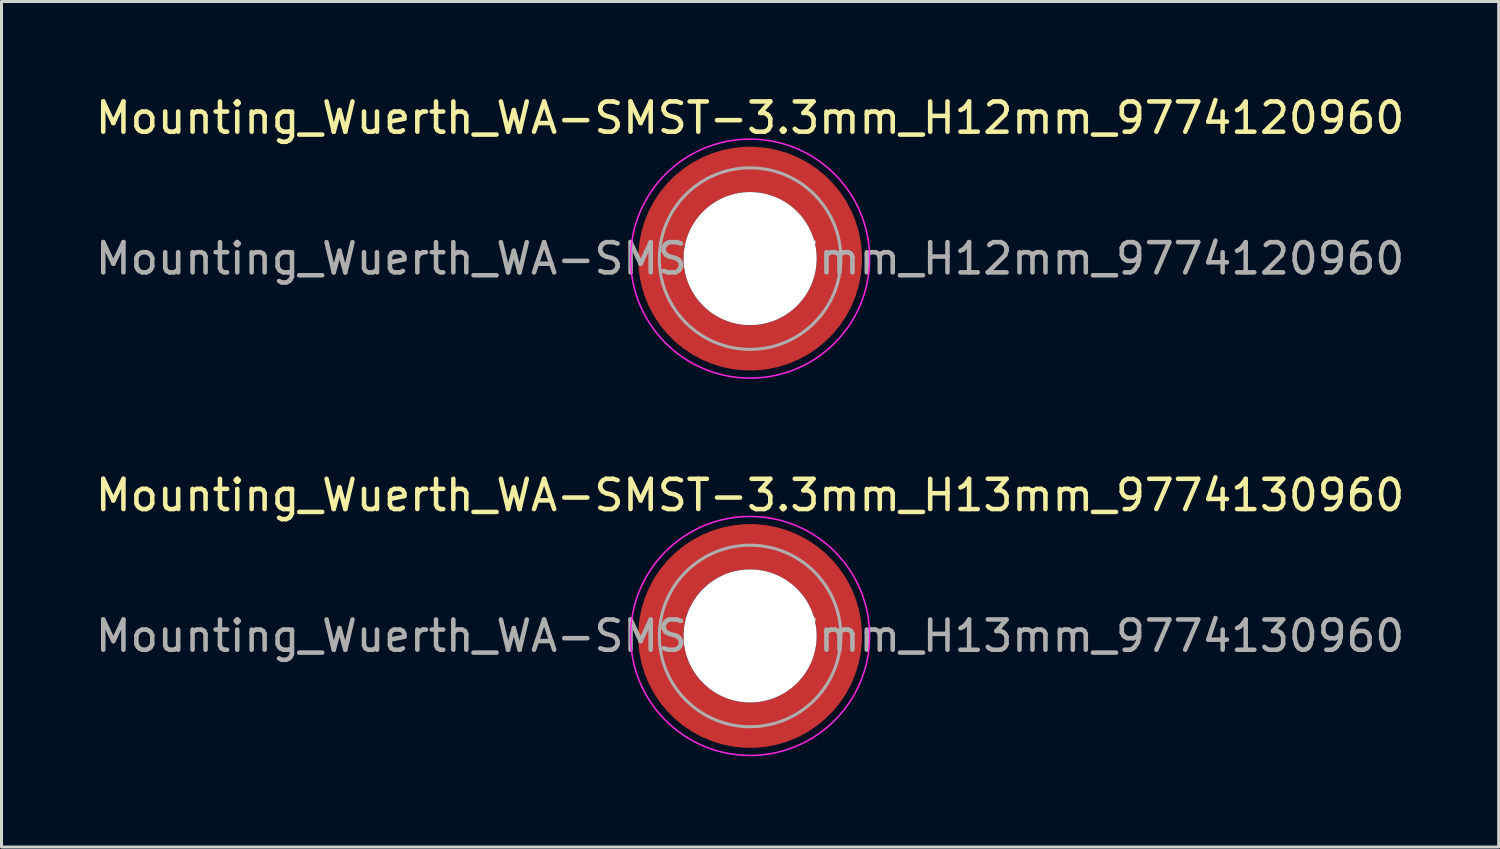
<source format=kicad_pcb>
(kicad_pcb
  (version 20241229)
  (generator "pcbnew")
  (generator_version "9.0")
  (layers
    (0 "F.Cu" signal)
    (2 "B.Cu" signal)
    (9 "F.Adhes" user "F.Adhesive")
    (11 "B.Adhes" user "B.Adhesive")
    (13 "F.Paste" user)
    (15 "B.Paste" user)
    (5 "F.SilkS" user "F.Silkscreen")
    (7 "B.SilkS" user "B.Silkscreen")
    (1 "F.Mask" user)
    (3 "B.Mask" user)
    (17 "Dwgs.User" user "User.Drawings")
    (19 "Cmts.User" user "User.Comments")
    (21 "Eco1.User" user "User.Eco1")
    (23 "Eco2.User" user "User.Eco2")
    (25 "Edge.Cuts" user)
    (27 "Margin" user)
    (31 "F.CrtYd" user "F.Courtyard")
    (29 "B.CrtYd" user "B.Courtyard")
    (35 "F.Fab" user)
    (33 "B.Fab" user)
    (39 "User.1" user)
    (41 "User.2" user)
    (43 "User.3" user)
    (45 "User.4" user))
  (footprint "Mounting_Wuerth_WA-SMST-3.3mm_H12mm_9774120960"
    (layer "F.Cu")
    (at 21.744 5.498)
    (property "Reference" "Mounting_Wuerth_WA-SMST-3.3mm_H12mm_9774120960" (at 0 -4.65 0) (layer "F.SilkS") (effects (font (size 1 1) (thickness 0.15))))
    (attr smd allow_soldermask_bridges)
    (fp_circle (center 0 0) (end 3.95 0) (stroke (width 0.05) (type solid)) (fill no) (layer "F.CrtYd"))
    (fp_circle (center 0 0) (end 3 0) (stroke (width 0.1) (type solid)) (fill no) (layer "F.Fab"))
    (fp_text user "${REFERENCE}" (at 0 0 0) (layer "F.Fab") (effects (font (size 1 1) (thickness 0.15))))
    (pad "" smd custom (at -2.058 -2.058) (size 0.55 0.55) (layers "F.Paste") (options (anchor circle)) (primitives (gr_arc (start -0.377294 1.707681) (mid 0.318198 0.318198) (end 1.707681 -0.377294) (width 0.2)) (gr_arc (start -0.478281 1.707681) (mid 0.247487 0.247487) (end 1.707681 -0.478281) (width 0.2)) (gr_arc (start -0.579192 1.707681) (mid 0.176777 0.176777) (end 1.707681 -0.579192) (width 0.2)) (gr_arc (start -0.680037 1.707681) (mid 0.106066 0.106066) (end 1.707681 -0.680037) (width 0.2)) (gr_arc (start -0.780822 1.707681) (mid 0.035355 0.035355) (end 1.707681 -0.780822) (width 0.2)) (gr_arc (start -0.881554 1.707681) (mid -0.035355 -0.035355) (end 1.707681 -0.881554) (width 0.2)) (gr_arc (start -0.982237 1.707681) (mid -0.106066 -0.106066) (end 1.707681 -0.982237) (width 0.2)) (gr_arc (start -1.082877 1.707681) (mid -0.176777 -0.176777) (end 1.707681 -1.082877) (width 0.2)) (gr_arc (start -1.183476 1.707681) (mid -0.247487 -0.247487) (end 1.707681 -1.183476) (width 0.2)) (gr_arc (start -1.28404 1.707681) (mid -0.318198 -0.318198) (end 1.707681 -1.28404) (width 0.2)) (gr_line (start 1.708 -0.377) (end 1.708 -1.284) (width 0.2)) (gr_line (start -0.377 1.708) (end -1.284 1.708) (width 0.2))))
    (pad "" smd custom (at -2.058 2.058) (size 0.55 0.55) (layers "F.Paste") (options (anchor circle)) (primitives (gr_arc (start 1.707681 0.377294) (mid 0.318198 -0.318198) (end -0.377294 -1.707681) (width 0.2)) (gr_arc (start 1.707681 0.478281) (mid 0.247487 -0.247487) (end -0.478281 -1.707681) (width 0.2)) (gr_arc (start 1.707681 0.579192) (mid 0.176777 -0.176777) (end -0.579192 -1.707681) (width 0.2)) (gr_arc (start 1.707681 0.680037) (mid 0.106066 -0.106066) (end -0.680037 -1.707681) (width 0.2)) (gr_arc (start 1.707681 0.780822) (mid 0.035355 -0.035355) (end -0.780822 -1.707681) (width 0.2)) (gr_arc (start 1.707681 0.881554) (mid -0.035355 0.035355) (end -0.881554 -1.707681) (width 0.2)) (gr_arc (start 1.707681 0.982237) (mid -0.106066 0.106066) (end -0.982237 -1.707681) (width 0.2)) (gr_arc (start 1.707681 1.082877) (mid -0.176777 0.176777) (end -1.082877 -1.707681) (width 0.2)) (gr_arc (start 1.707681 1.183476) (mid -0.247487 0.247487) (end -1.183476 -1.707681) (width 0.2)) (gr_arc (start 1.707681 1.28404) (mid -0.318198 0.318198) (end -1.28404 -1.707681) (width 0.2)) (gr_line (start -0.377 -1.708) (end -1.284 -1.708) (width 0.2)) (gr_line (start 1.708 0.377) (end 1.708 1.284) (width 0.2))))
    (pad "" np_thru_hole circle (at 0 0) (size 4.4 4.4) (drill 4.4) (layers "*.Cu" "*.Mask"))
    (pad "" smd custom (at 2.058 -2.058) (size 0.55 0.55) (layers "F.Paste") (options (anchor circle)) (primitives (gr_arc (start -1.707681 -0.377294) (mid -0.318198 0.318198) (end 0.377294 1.707681) (width 0.2)) (gr_arc (start -1.707681 -0.478281) (mid -0.247487 0.247487) (end 0.478281 1.707681) (width 0.2)) (gr_arc (start -1.707681 -0.579192) (mid -0.176777 0.176777) (end 0.579192 1.707681) (width 0.2)) (gr_arc (start -1.707681 -0.680037) (mid -0.106066 0.106066) (end 0.680037 1.707681) (width 0.2)) (gr_arc (start -1.707681 -0.780822) (mid -0.035355 0.035355) (end 0.780822 1.707681) (width 0.2)) (gr_arc (start -1.707681 -0.881554) (mid 0.035355 -0.035355) (end 0.881554 1.707681) (width 0.2)) (gr_arc (start -1.707681 -0.982237) (mid 0.106066 -0.106066) (end 0.982237 1.707681) (width 0.2)) (gr_arc (start -1.707681 -1.082877) (mid 0.176777 -0.176777) (end 1.082877 1.707681) (width 0.2)) (gr_arc (start -1.707681 -1.183476) (mid 0.247487 -0.247487) (end 1.183476 1.707681) (width 0.2)) (gr_arc (start -1.707681 -1.28404) (mid 0.318198 -0.318198) (end 1.28404 1.707681) (width 0.2)) (gr_line (start 0.377 1.708) (end 1.284 1.708) (width 0.2)) (gr_line (start -1.708 -0.377) (end -1.708 -1.284) (width 0.2))))
    (pad "" smd custom (at 2.058 2.058) (size 0.55 0.55) (layers "F.Paste") (options (anchor circle)) (primitives (gr_arc (start 0.377294 -1.707681) (mid -0.318198 -0.318198) (end -1.707681 0.377294) (width 0.2)) (gr_arc (start 0.478281 -1.707681) (mid -0.247487 -0.247487) (end -1.707681 0.478281) (width 0.2)) (gr_arc (start 0.579192 -1.707681) (mid -0.176777 -0.176777) (end -1.707681 0.579192) (width 0.2)) (gr_arc (start 0.680037 -1.707681) (mid -0.106066 -0.106066) (end -1.707681 0.680037) (width 0.2)) (gr_arc (start 0.780822 -1.707681) (mid -0.035355 -0.035355) (end -1.707681 0.780822) (width 0.2)) (gr_arc (start 0.881554 -1.707681) (mid 0.035355 0.035355) (end -1.707681 0.881554) (width 0.2)) (gr_arc (start 0.982237 -1.707681) (mid 0.106066 0.106066) (end -1.707681 0.982237) (width 0.2)) (gr_arc (start 1.082877 -1.707681) (mid 0.176777 0.176777) (end -1.707681 1.082877) (width 0.2)) (gr_arc (start 1.183476 -1.707681) (mid 0.247487 0.247487) (end -1.707681 1.183476) (width 0.2)) (gr_arc (start 1.28404 -1.707681) (mid 0.318198 0.318198) (end -1.707681 1.28404) (width 0.2)) (gr_line (start -1.708 0.377) (end -1.708 1.284) (width 0.2)) (gr_line (start 0.377 -1.708) (end 1.284 -1.708) (width 0.2))))
    (pad "1" smd circle (at -2.95 0) (size 0.992 0.992) (layers "F.Cu"))
    (pad "1" smd circle (at 0 -2.95) (size 0.992 0.992) (layers "F.Cu"))
    (pad "1" smd circle (at 0 2.95) (size 0.992 0.992) (layers "F.Cu"))
    (pad "1" smd custom (at 2.95 0) (size 1.5 1.5) (layers "F.Cu" "F.Mask") (options (anchor circle)) (primitives (gr_circle (center -2.95 0) (end 0 0) (width 1.5) (fill no)))))
  (footprint "Mounting_Wuerth_WA-SMST-3.3mm_H13mm_9774130960"
    (layer "F.Cu")
    (at 21.744 17.971)
    (property "Reference" "Mounting_Wuerth_WA-SMST-3.3mm_H13mm_9774130960" (at 0 -4.65 0) (layer "F.SilkS") (effects (font (size 1 1) (thickness 0.15))))
    (attr smd allow_soldermask_bridges)
    (fp_circle (center 0 0) (end 3.95 0) (stroke (width 0.05) (type solid)) (fill no) (layer "F.CrtYd"))
    (fp_circle (center 0 0) (end 3 0) (stroke (width 0.1) (type solid)) (fill no) (layer "F.Fab"))
    (fp_text user "${REFERENCE}" (at 0 0 0) (layer "F.Fab") (effects (font (size 1 1) (thickness 0.15))))
    (pad "" smd custom (at -2.058 -2.058) (size 0.55 0.55) (layers "F.Paste") (options (anchor circle)) (primitives (gr_arc (start -0.377294 1.707681) (mid 0.318198 0.318198) (end 1.707681 -0.377294) (width 0.2)) (gr_arc (start -0.478281 1.707681) (mid 0.247487 0.247487) (end 1.707681 -0.478281) (width 0.2)) (gr_arc (start -0.579192 1.707681) (mid 0.176777 0.176777) (end 1.707681 -0.579192) (width 0.2)) (gr_arc (start -0.680037 1.707681) (mid 0.106066 0.106066) (end 1.707681 -0.680037) (width 0.2)) (gr_arc (start -0.780822 1.707681) (mid 0.035355 0.035355) (end 1.707681 -0.780822) (width 0.2)) (gr_arc (start -0.881554 1.707681) (mid -0.035355 -0.035355) (end 1.707681 -0.881554) (width 0.2)) (gr_arc (start -0.982237 1.707681) (mid -0.106066 -0.106066) (end 1.707681 -0.982237) (width 0.2)) (gr_arc (start -1.082877 1.707681) (mid -0.176777 -0.176777) (end 1.707681 -1.082877) (width 0.2)) (gr_arc (start -1.183476 1.707681) (mid -0.247487 -0.247487) (end 1.707681 -1.183476) (width 0.2)) (gr_arc (start -1.28404 1.707681) (mid -0.318198 -0.318198) (end 1.707681 -1.28404) (width 0.2)) (gr_line (start 1.708 -0.377) (end 1.708 -1.284) (width 0.2)) (gr_line (start -0.377 1.708) (end -1.284 1.708) (width 0.2))))
    (pad "" smd custom (at -2.058 2.058) (size 0.55 0.55) (layers "F.Paste") (options (anchor circle)) (primitives (gr_arc (start 1.707681 0.377294) (mid 0.318198 -0.318198) (end -0.377294 -1.707681) (width 0.2)) (gr_arc (start 1.707681 0.478281) (mid 0.247487 -0.247487) (end -0.478281 -1.707681) (width 0.2)) (gr_arc (start 1.707681 0.579192) (mid 0.176777 -0.176777) (end -0.579192 -1.707681) (width 0.2)) (gr_arc (start 1.707681 0.680037) (mid 0.106066 -0.106066) (end -0.680037 -1.707681) (width 0.2)) (gr_arc (start 1.707681 0.780822) (mid 0.035355 -0.035355) (end -0.780822 -1.707681) (width 0.2)) (gr_arc (start 1.707681 0.881554) (mid -0.035355 0.035355) (end -0.881554 -1.707681) (width 0.2)) (gr_arc (start 1.707681 0.982237) (mid -0.106066 0.106066) (end -0.982237 -1.707681) (width 0.2)) (gr_arc (start 1.707681 1.082877) (mid -0.176777 0.176777) (end -1.082877 -1.707681) (width 0.2)) (gr_arc (start 1.707681 1.183476) (mid -0.247487 0.247487) (end -1.183476 -1.707681) (width 0.2)) (gr_arc (start 1.707681 1.28404) (mid -0.318198 0.318198) (end -1.28404 -1.707681) (width 0.2)) (gr_line (start -0.377 -1.708) (end -1.284 -1.708) (width 0.2)) (gr_line (start 1.708 0.377) (end 1.708 1.284) (width 0.2))))
    (pad "" np_thru_hole circle (at 0 0) (size 4.4 4.4) (drill 4.4) (layers "*.Cu" "*.Mask"))
    (pad "" smd custom (at 2.058 -2.058) (size 0.55 0.55) (layers "F.Paste") (options (anchor circle)) (primitives (gr_arc (start -1.707681 -0.377294) (mid -0.318198 0.318198) (end 0.377294 1.707681) (width 0.2)) (gr_arc (start -1.707681 -0.478281) (mid -0.247487 0.247487) (end 0.478281 1.707681) (width 0.2)) (gr_arc (start -1.707681 -0.579192) (mid -0.176777 0.176777) (end 0.579192 1.707681) (width 0.2)) (gr_arc (start -1.707681 -0.680037) (mid -0.106066 0.106066) (end 0.680037 1.707681) (width 0.2)) (gr_arc (start -1.707681 -0.780822) (mid -0.035355 0.035355) (end 0.780822 1.707681) (width 0.2)) (gr_arc (start -1.707681 -0.881554) (mid 0.035355 -0.035355) (end 0.881554 1.707681) (width 0.2)) (gr_arc (start -1.707681 -0.982237) (mid 0.106066 -0.106066) (end 0.982237 1.707681) (width 0.2)) (gr_arc (start -1.707681 -1.082877) (mid 0.176777 -0.176777) (end 1.082877 1.707681) (width 0.2)) (gr_arc (start -1.707681 -1.183476) (mid 0.247487 -0.247487) (end 1.183476 1.707681) (width 0.2)) (gr_arc (start -1.707681 -1.28404) (mid 0.318198 -0.318198) (end 1.28404 1.707681) (width 0.2)) (gr_line (start 0.377 1.708) (end 1.284 1.708) (width 0.2)) (gr_line (start -1.708 -0.377) (end -1.708 -1.284) (width 0.2))))
    (pad "" smd custom (at 2.058 2.058) (size 0.55 0.55) (layers "F.Paste") (options (anchor circle)) (primitives (gr_arc (start 0.377294 -1.707681) (mid -0.318198 -0.318198) (end -1.707681 0.377294) (width 0.2)) (gr_arc (start 0.478281 -1.707681) (mid -0.247487 -0.247487) (end -1.707681 0.478281) (width 0.2)) (gr_arc (start 0.579192 -1.707681) (mid -0.176777 -0.176777) (end -1.707681 0.579192) (width 0.2)) (gr_arc (start 0.680037 -1.707681) (mid -0.106066 -0.106066) (end -1.707681 0.680037) (width 0.2)) (gr_arc (start 0.780822 -1.707681) (mid -0.035355 -0.035355) (end -1.707681 0.780822) (width 0.2)) (gr_arc (start 0.881554 -1.707681) (mid 0.035355 0.035355) (end -1.707681 0.881554) (width 0.2)) (gr_arc (start 0.982237 -1.707681) (mid 0.106066 0.106066) (end -1.707681 0.982237) (width 0.2)) (gr_arc (start 1.082877 -1.707681) (mid 0.176777 0.176777) (end -1.707681 1.082877) (width 0.2)) (gr_arc (start 1.183476 -1.707681) (mid 0.247487 0.247487) (end -1.707681 1.183476) (width 0.2)) (gr_arc (start 1.28404 -1.707681) (mid 0.318198 0.318198) (end -1.707681 1.28404) (width 0.2)) (gr_line (start -1.708 0.377) (end -1.708 1.284) (width 0.2)) (gr_line (start 0.377 -1.708) (end 1.284 -1.708) (width 0.2))))
    (pad "1" smd circle (at -2.95 0) (size 0.992 0.992) (layers "F.Cu"))
    (pad "1" smd circle (at 0 -2.95) (size 0.992 0.992) (layers "F.Cu"))
    (pad "1" smd circle (at 0 2.95) (size 0.992 0.992) (layers "F.Cu"))
    (pad "1" smd custom (at 2.95 0) (size 1.5 1.5) (layers "F.Cu" "F.Mask") (options (anchor circle)) (primitives (gr_circle (center -2.95 0) (end 0 0) (width 1.5) (fill no)))))
  (gr_rect
    (start -3 -3)
    (end 46.488 24.947)
    (stroke (width 0.1) (type default))
    (fill no)
    (layer "Edge.Cuts")))
</source>
